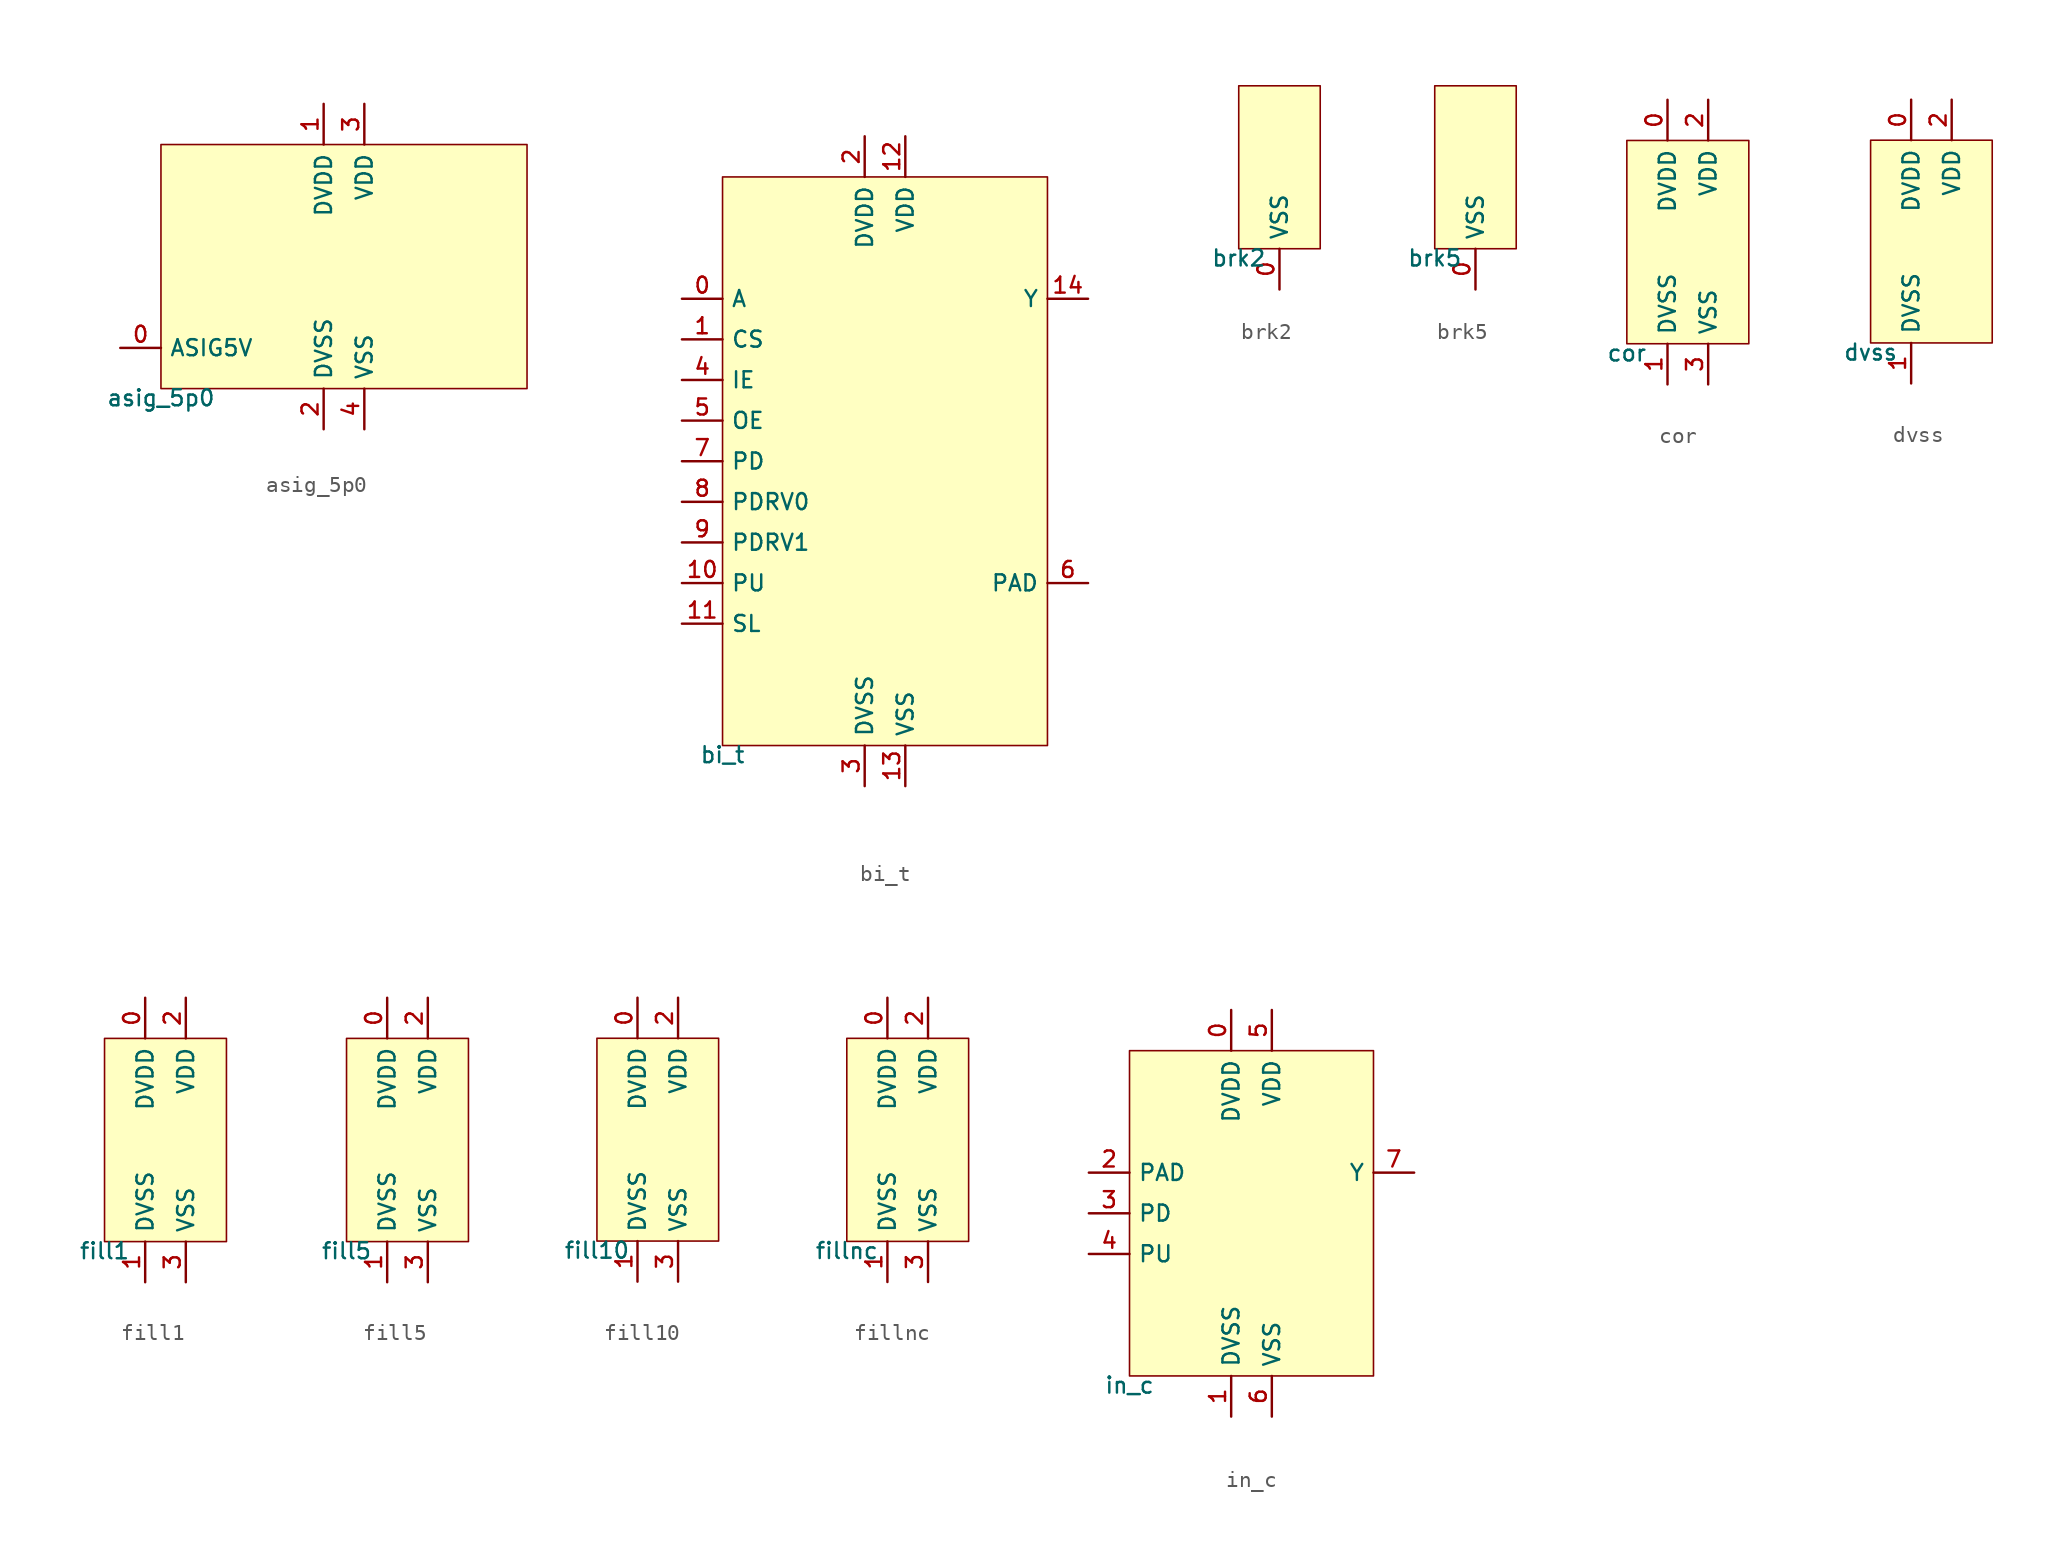
<source format=kicad_sym>
(kicad_symbol_lib
  (version 20211014)
  (generator pdk2kicad)
  (symbol "asig_5p0"
    (property "Reference" "X"
      (at 0 0 0)
      (effects (font (size 1 1)) hide))
    (property "Value" "asig_5p0"
      (at -11.43 -7.62 0)
      (effects (font (size 1 1)) (justify top)))
    (rectangle
      (start -11.43 -7.62)
      (end 11.43 7.62)
      (stroke (width 0.1) (type solid) (color 0 0 0 0))
      (fill (type background)))
    (pin bidirectional line
      (at -13.97 -5.08 0)
      (length 2.54)
      (name "ASIG5V" (effects (font (size 1 1)) hide))
      (number "0" (effects (font (size 1 1)) hide)))
    (pin power_in line
      (at -1.27 10.16 270)
      (length 2.54)
      (name "DVDD" (effects (font (size 1 1)) hide))
      (number "1" (effects (font (size 1 1)) hide)))
    (pin power_in line
      (at -1.27 -10.16 90)
      (length 2.54)
      (name "DVSS" (effects (font (size 1 1)) hide))
      (number "2" (effects (font (size 1 1)) hide)))
    (pin power_in line
      (at 1.27 10.16 270)
      (length 2.54)
      (name "VDD" (effects (font (size 1 1)) hide))
      (number "3" (effects (font (size 1 1)) hide)))
    (pin power_in line
      (at 1.27 -10.16 90)
      (length 2.54)
      (name "VSS" (effects (font (size 1 1)) hide))
      (number "4" (effects (font (size 1 1)) hide))))
  (symbol "bi_t"
    (property "Reference" "X"
      (at 0 0 0)
      (effects (font (size 1 1)) hide))
    (property "Value" "bi_t"
      (at -10.16 -17.78 0)
      (effects (font (size 1 1)) (justify top)))
    (rectangle
      (start -10.16 -17.78)
      (end 10.16 17.78)
      (stroke (width 0.1) (type solid) (color 0 0 0 0))
      (fill (type background)))
    (pin input line
      (at -12.7 10.16 0)
      (length 2.54)
      (name "A" (effects (font (size 1 1)) hide))
      (number "0" (effects (font (size 1 1)) hide)))
    (pin input line
      (at -12.7 7.62 0)
      (length 2.54)
      (name "CS" (effects (font (size 1 1)) hide))
      (number "1" (effects (font (size 1 1)) hide)))
    (pin power_in line
      (at -1.27 20.32 270)
      (length 2.54)
      (name "DVDD" (effects (font (size 1 1)) hide))
      (number "2" (effects (font (size 1 1)) hide)))
    (pin power_in line
      (at -1.27 -20.32 90)
      (length 2.54)
      (name "DVSS" (effects (font (size 1 1)) hide))
      (number "3" (effects (font (size 1 1)) hide)))
    (pin input line
      (at -12.7 5.08 0)
      (length 2.54)
      (name "IE" (effects (font (size 1 1)) hide))
      (number "4" (effects (font (size 1 1)) hide)))
    (pin input line
      (at -12.7 2.54 0)
      (length 2.54)
      (name "OE" (effects (font (size 1 1)) hide))
      (number "5" (effects (font (size 1 1)) hide)))
    (pin bidirectional line
      (at 12.7 -7.62 180)
      (length 2.54)
      (name "PAD" (effects (font (size 1 1)) hide))
      (number "6" (effects (font (size 1 1)) hide)))
    (pin input line
      (at -12.7 1.7763568394002505e-15 0)
      (length 2.54)
      (name "PD" (effects (font (size 1 1)) hide))
      (number "7" (effects (font (size 1 1)) hide)))
    (pin input line
      (at -12.7 -2.54 0)
      (length 2.54)
      (name "PDRV0" (effects (font (size 1 1)) hide))
      (number "8" (effects (font (size 1 1)) hide)))
    (pin input line
      (at -12.7 -5.08 0)
      (length 2.54)
      (name "PDRV1" (effects (font (size 1 1)) hide))
      (number "9" (effects (font (size 1 1)) hide)))
    (pin input line
      (at -12.7 -7.62 0)
      (length 2.54)
      (name "PU" (effects (font (size 1 1)) hide))
      (number "10" (effects (font (size 1 1)) hide)))
    (pin input line
      (at -12.7 -10.16 0)
      (length 2.54)
      (name "SL" (effects (font (size 1 1)) hide))
      (number "11" (effects (font (size 1 1)) hide)))
    (pin power_in line
      (at 1.27 20.32 270)
      (length 2.54)
      (name "VDD" (effects (font (size 1 1)) hide))
      (number "12" (effects (font (size 1 1)) hide)))
    (pin power_in line
      (at 1.27 -20.32 90)
      (length 2.54)
      (name "VSS" (effects (font (size 1 1)) hide))
      (number "13" (effects (font (size 1 1)) hide)))
    (pin output line
      (at 12.7 10.16 180)
      (length 2.54)
      (name "Y" (effects (font (size 1 1)) hide))
      (number "14" (effects (font (size 1 1)) hide))))
  (symbol "brk2"
    (property "Reference" "X"
      (at 0 0 0)
      (effects (font (size 1 1)) hide))
    (property "Value" "brk2"
      (at -2.54 -5.08 0)
      (effects (font (size 1 1)) (justify top)))
    (rectangle
      (start -2.54 -5.08)
      (end 2.54 5.08)
      (stroke (width 0.1) (type solid) (color 0 0 0 0))
      (fill (type background)))
    (pin power_in line
      (at 0.0 -7.62 90)
      (length 2.54)
      (name "VSS" (effects (font (size 1 1)) hide))
      (number "0" (effects (font (size 1 1)) hide))))
  (symbol "brk5"
    (property "Reference" "X"
      (at 0 0 0)
      (effects (font (size 1 1)) hide))
    (property "Value" "brk5"
      (at -2.54 -5.08 0)
      (effects (font (size 1 1)) (justify top)))
    (rectangle
      (start -2.54 -5.08)
      (end 2.54 5.08)
      (stroke (width 0.1) (type solid) (color 0 0 0 0))
      (fill (type background)))
    (pin power_in line
      (at 0.0 -7.62 90)
      (length 2.54)
      (name "VSS" (effects (font (size 1 1)) hide))
      (number "0" (effects (font (size 1 1)) hide))))
  (symbol "cor"
    (property "Reference" "X"
      (at 0 0 0)
      (effects (font (size 1 1)) hide))
    (property "Value" "cor"
      (at -3.81 -6.35 0)
      (effects (font (size 1 1)) (justify top)))
    (rectangle
      (start -3.81 -6.35)
      (end 3.81 6.35)
      (stroke (width 0.1) (type solid) (color 0 0 0 0))
      (fill (type background)))
    (pin power_in line
      (at -1.27 8.89 270)
      (length 2.54)
      (name "DVDD" (effects (font (size 1 1)) hide))
      (number "0" (effects (font (size 1 1)) hide)))
    (pin power_in line
      (at -1.27 -8.89 90)
      (length 2.54)
      (name "DVSS" (effects (font (size 1 1)) hide))
      (number "1" (effects (font (size 1 1)) hide)))
    (pin power_in line
      (at 1.27 8.89 270)
      (length 2.54)
      (name "VDD" (effects (font (size 1 1)) hide))
      (number "2" (effects (font (size 1 1)) hide)))
    (pin power_in line
      (at 1.27 -8.89 90)
      (length 2.54)
      (name "VSS" (effects (font (size 1 1)) hide))
      (number "3" (effects (font (size 1 1)) hide))))
  (symbol "dvss"
    (property "Reference" "X"
      (at 0 0 0)
      (effects (font (size 1 1)) hide))
    (property "Value" "dvss"
      (at -3.81 -6.35 0)
      (effects (font (size 1 1)) (justify top)))
    (rectangle
      (start -3.81 -6.35)
      (end 3.81 6.35)
      (stroke (width 0.1) (type solid) (color 0 0 0 0))
      (fill (type background)))
    (pin power_in line
      (at -1.27 8.89 270)
      (length 2.54)
      (name "DVDD" (effects (font (size 1 1)) hide))
      (number "0" (effects (font (size 1 1)) hide)))
    (pin power_in line
      (at -1.27 -8.89 90)
      (length 2.54)
      (name "DVSS" (effects (font (size 1 1)) hide))
      (number "1" (effects (font (size 1 1)) hide)))
    (pin power_in line
      (at 1.27 8.89 270)
      (length 2.54)
      (name "VDD" (effects (font (size 1 1)) hide))
      (number "2" (effects (font (size 1 1)) hide))))
  (symbol "fill1"
    (property "Reference" "X"
      (at 0 0 0)
      (effects (font (size 1 1)) hide))
    (property "Value" "fill1"
      (at -3.81 -6.35 0)
      (effects (font (size 1 1)) (justify top)))
    (rectangle
      (start -3.81 -6.35)
      (end 3.81 6.35)
      (stroke (width 0.1) (type solid) (color 0 0 0 0))
      (fill (type background)))
    (pin power_in line
      (at -1.27 8.89 270)
      (length 2.54)
      (name "DVDD" (effects (font (size 1 1)) hide))
      (number "0" (effects (font (size 1 1)) hide)))
    (pin power_in line
      (at -1.27 -8.89 90)
      (length 2.54)
      (name "DVSS" (effects (font (size 1 1)) hide))
      (number "1" (effects (font (size 1 1)) hide)))
    (pin power_in line
      (at 1.27 8.89 270)
      (length 2.54)
      (name "VDD" (effects (font (size 1 1)) hide))
      (number "2" (effects (font (size 1 1)) hide)))
    (pin power_in line
      (at 1.27 -8.89 90)
      (length 2.54)
      (name "VSS" (effects (font (size 1 1)) hide))
      (number "3" (effects (font (size 1 1)) hide))))
  (symbol "fill5"
    (property "Reference" "X"
      (at 0 0 0)
      (effects (font (size 1 1)) hide))
    (property "Value" "fill5"
      (at -3.81 -6.35 0)
      (effects (font (size 1 1)) (justify top)))
    (rectangle
      (start -3.81 -6.35)
      (end 3.81 6.35)
      (stroke (width 0.1) (type solid) (color 0 0 0 0))
      (fill (type background)))
    (pin power_in line
      (at -1.27 8.89 270)
      (length 2.54)
      (name "DVDD" (effects (font (size 1 1)) hide))
      (number "0" (effects (font (size 1 1)) hide)))
    (pin power_in line
      (at -1.27 -8.89 90)
      (length 2.54)
      (name "DVSS" (effects (font (size 1 1)) hide))
      (number "1" (effects (font (size 1 1)) hide)))
    (pin power_in line
      (at 1.27 8.89 270)
      (length 2.54)
      (name "VDD" (effects (font (size 1 1)) hide))
      (number "2" (effects (font (size 1 1)) hide)))
    (pin power_in line
      (at 1.27 -8.89 90)
      (length 2.54)
      (name "VSS" (effects (font (size 1 1)) hide))
      (number "3" (effects (font (size 1 1)) hide))))
  (symbol "fill10"
    (property "Reference" "X"
      (at 0 0 0)
      (effects (font (size 1 1)) hide))
    (property "Value" "fill10"
      (at -3.81 -6.35 0)
      (effects (font (size 1 1)) (justify top)))
    (rectangle
      (start -3.81 -6.35)
      (end 3.81 6.35)
      (stroke (width 0.1) (type solid) (color 0 0 0 0))
      (fill (type background)))
    (pin power_in line
      (at -1.27 8.89 270)
      (length 2.54)
      (name "DVDD" (effects (font (size 1 1)) hide))
      (number "0" (effects (font (size 1 1)) hide)))
    (pin power_in line
      (at -1.27 -8.89 90)
      (length 2.54)
      (name "DVSS" (effects (font (size 1 1)) hide))
      (number "1" (effects (font (size 1 1)) hide)))
    (pin power_in line
      (at 1.27 8.89 270)
      (length 2.54)
      (name "VDD" (effects (font (size 1 1)) hide))
      (number "2" (effects (font (size 1 1)) hide)))
    (pin power_in line
      (at 1.27 -8.89 90)
      (length 2.54)
      (name "VSS" (effects (font (size 1 1)) hide))
      (number "3" (effects (font (size 1 1)) hide))))
  (symbol "fillnc"
    (property "Reference" "X"
      (at 0 0 0)
      (effects (font (size 1 1)) hide))
    (property "Value" "fillnc"
      (at -3.81 -6.35 0)
      (effects (font (size 1 1)) (justify top)))
    (rectangle
      (start -3.81 -6.35)
      (end 3.81 6.35)
      (stroke (width 0.1) (type solid) (color 0 0 0 0))
      (fill (type background)))
    (pin power_in line
      (at -1.27 8.89 270)
      (length 2.54)
      (name "DVDD" (effects (font (size 1 1)) hide))
      (number "0" (effects (font (size 1 1)) hide)))
    (pin power_in line
      (at -1.27 -8.89 90)
      (length 2.54)
      (name "DVSS" (effects (font (size 1 1)) hide))
      (number "1" (effects (font (size 1 1)) hide)))
    (pin power_in line
      (at 1.27 8.89 270)
      (length 2.54)
      (name "VDD" (effects (font (size 1 1)) hide))
      (number "2" (effects (font (size 1 1)) hide)))
    (pin power_in line
      (at 1.27 -8.89 90)
      (length 2.54)
      (name "VSS" (effects (font (size 1 1)) hide))
      (number "3" (effects (font (size 1 1)) hide))))
  (symbol "in_c"
    (property "Reference" "X"
      (at 0 0 0)
      (effects (font (size 1 1)) hide))
    (property "Value" "in_c"
      (at -7.62 -10.16 0)
      (effects (font (size 1 1)) (justify top)))
    (rectangle
      (start -7.62 -10.16)
      (end 7.62 10.16)
      (stroke (width 0.1) (type solid) (color 0 0 0 0))
      (fill (type background)))
    (pin power_in line
      (at -1.27 12.7 270)
      (length 2.54)
      (name "DVDD" (effects (font (size 1 1)) hide))
      (number "0" (effects (font (size 1 1)) hide)))
    (pin power_in line
      (at -1.27 -12.7 90)
      (length 2.54)
      (name "DVSS" (effects (font (size 1 1)) hide))
      (number "1" (effects (font (size 1 1)) hide)))
    (pin input line
      (at -10.16 2.54 0)
      (length 2.54)
      (name "PAD" (effects (font (size 1 1)) hide))
      (number "2" (effects (font (size 1 1)) hide)))
    (pin input line
      (at -10.16 0.0 0)
      (length 2.54)
      (name "PD" (effects (font (size 1 1)) hide))
      (number "3" (effects (font (size 1 1)) hide)))
    (pin input line
      (at -10.16 -2.54 0)
      (length 2.54)
      (name "PU" (effects (font (size 1 1)) hide))
      (number "4" (effects (font (size 1 1)) hide)))
    (pin power_in line
      (at 1.27 12.7 270)
      (length 2.54)
      (name "VDD" (effects (font (size 1 1)) hide))
      (number "5" (effects (font (size 1 1)) hide)))
    (pin power_in line
      (at 1.27 -12.7 90)
      (length 2.54)
      (name "VSS" (effects (font (size 1 1)) hide))
      (number "6" (effects (font (size 1 1)) hide)))
    (pin output line
      (at 10.16 2.54 180)
      (length 2.54)
      (name "Y" (effects (font (size 1 1)) hide))
      (number "7" (effects (font (size 1 1)) hide)))))
</source>
